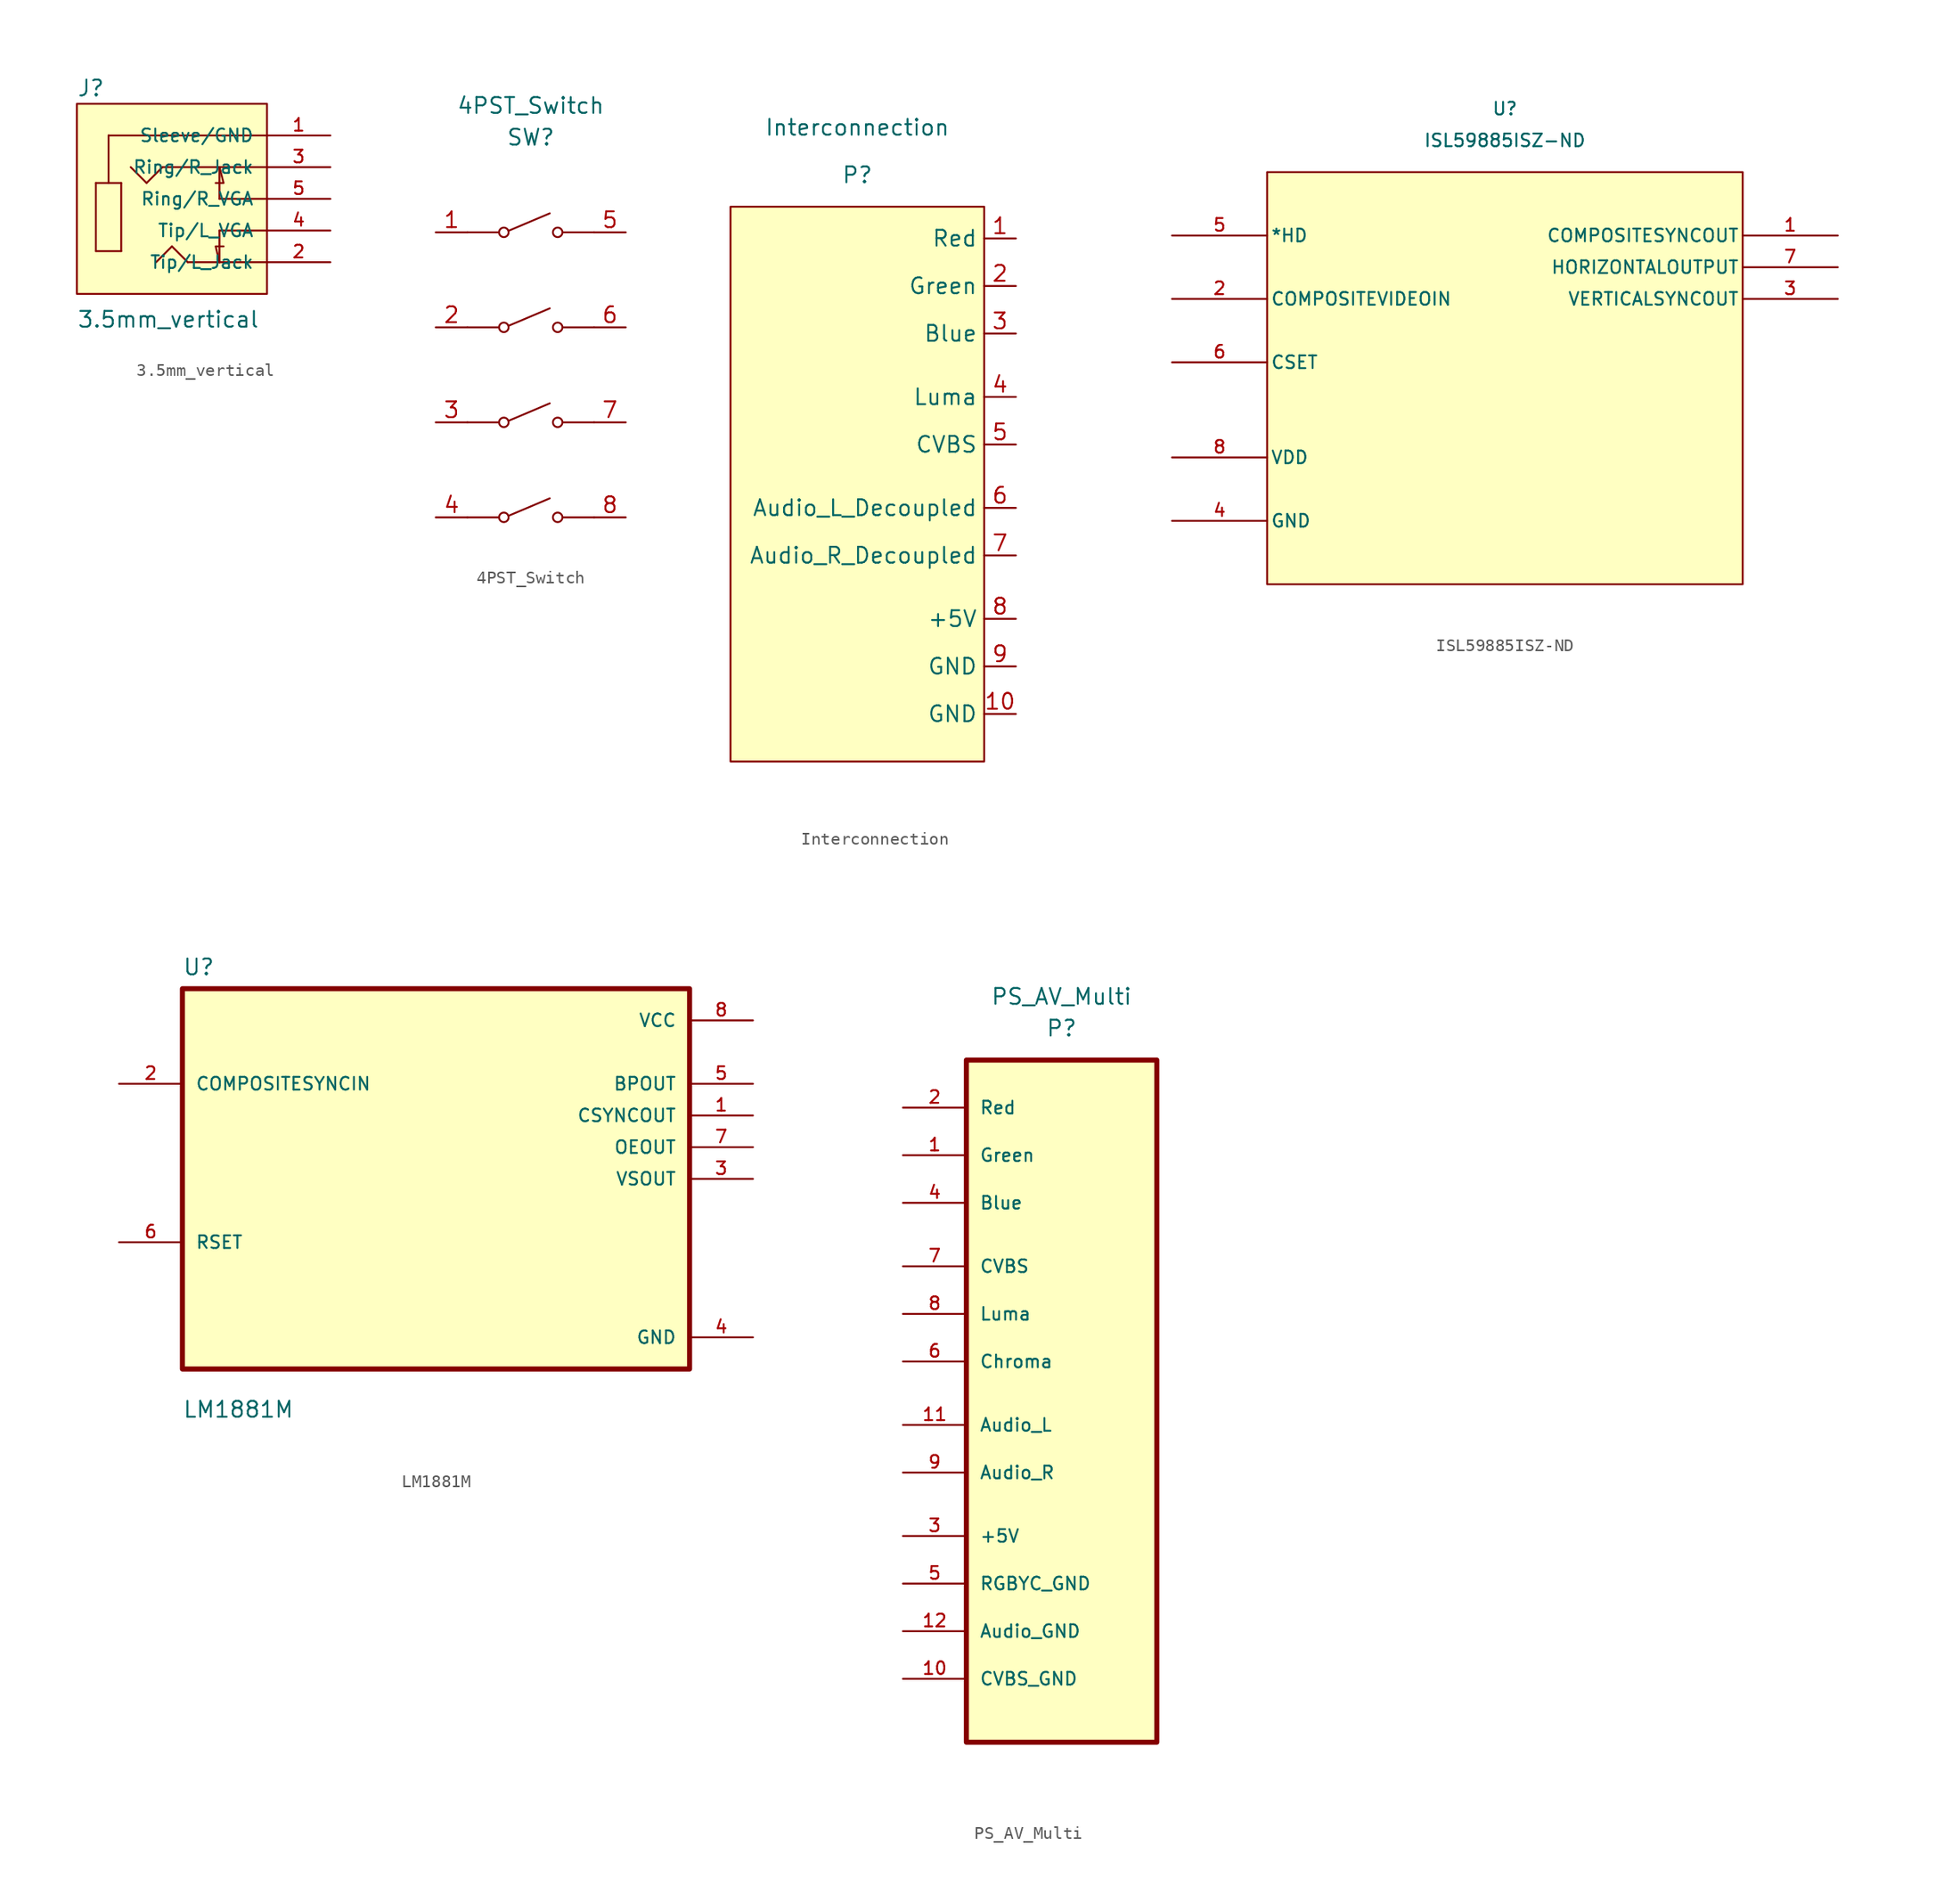
<source format=kicad_sym>
(kicad_symbol_lib
  (version 20211014)
  (generator kicad_symbol_editor)
  (symbol "3.5mm_vertical"
    (pin_names
      (offset 1.016))
    (property "Reference" "J"
      (at -7.62 8.128 0)
      (effects (font (size 1.27 1.27)) (justify left bottom)))
    (property "Value" "3.5mm_vertical"
      (at -7.62 -10.414 0)
      (effects (font (size 1.27 1.27)) (justify left bottom)))
    (symbol "3.5mm_vertical_0_0"
      (polyline (pts (xy -6.096 -4.191) (xy -6.096 1.27)) (stroke (width 0.152) (type default) (color 0 0 0 0)) (fill (type none)))
      (polyline (pts (xy -6.096 1.27) (xy -5.08 1.27)) (stroke (width 0.152) (type default) (color 0 0 0 0)) (fill (type none)))
      (polyline (pts (xy -5.08 1.27) (xy -4.064 1.27)) (stroke (width 0.152) (type default) (color 0 0 0 0)) (fill (type none)))
      (polyline (pts (xy -5.08 5.08) (xy -5.08 1.27)) (stroke (width 0.152) (type default) (color 0 0 0 0)) (fill (type none)))
      (polyline (pts (xy -4.064 -4.191) (xy -6.096 -4.191)) (stroke (width 0.152) (type default) (color 0 0 0 0)) (fill (type none)))
      (polyline (pts (xy -4.064 1.27) (xy -4.064 -4.191)) (stroke (width 0.152) (type default) (color 0 0 0 0)) (fill (type none)))
      (polyline (pts (xy -2.032 1.27) (xy -3.302 2.54)) (stroke (width 0.152) (type default) (color 0 0 0 0)) (fill (type none)))
      (polyline (pts (xy -0.762 2.54) (xy -2.032 1.27)) (stroke (width 0.152) (type default) (color 0 0 0 0)) (fill (type none)))
      (polyline (pts (xy 0 -3.81) (xy -1.27 -5.08)) (stroke (width 0.152) (type default) (color 0 0 0 0)) (fill (type none)))
      (polyline (pts (xy 1.27 -5.08) (xy 0 -3.81)) (stroke (width 0.152) (type default) (color 0 0 0 0)) (fill (type none)))
      (polyline (pts (xy 3.81 -5.08) (xy 1.27 -5.08)) (stroke (width 0.152) (type default) (color 0 0 0 0)) (fill (type none)))
      (polyline (pts (xy 3.81 -5.08) (xy 3.81 -2.54)) (stroke (width 0.152) (type default) (color 0 0 0 0)) (fill (type none)))
      (polyline (pts (xy 3.81 0) (xy 3.81 2.54)) (stroke (width 0.152) (type default) (color 0 0 0 0)) (fill (type none)))
      (polyline (pts (xy 3.81 2.54) (xy -0.762 2.54)) (stroke (width 0.152) (type default) (color 0 0 0 0)) (fill (type none)))
      (polyline (pts (xy 7.62 -5.08) (xy 3.81 -5.08)) (stroke (width 0.152) (type default) (color 0 0 0 0)) (fill (type none)))
      (polyline (pts (xy 7.62 -2.54) (xy 3.81 -2.54)) (stroke (width 0.152) (type default) (color 0 0 0 0)) (fill (type none)))
      (polyline (pts (xy 7.62 0) (xy 3.81 0)) (stroke (width 0.152) (type default) (color 0 0 0 0)) (fill (type none)))
      (polyline (pts (xy 7.62 2.54) (xy 3.81 2.54)) (stroke (width 0.152) (type default) (color 0 0 0 0)) (fill (type none)))
      (polyline (pts (xy 7.62 5.08) (xy -5.08 5.08)) (stroke (width 0.152) (type default) (color 0 0 0 0)) (fill (type none)))
      (polyline (pts (xy 3.81 -5.08) (xy 3.505 -3.81) (xy 4.14 -3.81)) (stroke (width 0.152) (type default) (color 0 0 0 0)) (fill (type background)))
      (polyline (pts (xy 3.81 2.54) (xy 4.14 1.27) (xy 3.505 1.27)) (stroke (width 0.152) (type default) (color 0 0 0 0)) (fill (type background)))
      (pin passive line (at 12.7 5.08 180) (length 5.08) (name "Sleeve/GND" (effects (font (size 1.016 1.016)))) (number "1" (effects (font (size 1.016 1.016)))))
      (pin passive line (at 12.7 -5.08 180) (length 5.08) (name "Tip/L_Jack" (effects (font (size 1.016 1.016)))) (number "2" (effects (font (size 1.016 1.016)))))
      (pin passive line (at 12.7 2.54 180) (length 5.08) (name "Ring/R_Jack" (effects (font (size 1.016 1.016)))) (number "3" (effects (font (size 1.016 1.016)))))
      (pin passive line (at 12.7 -2.54 180) (length 5.08) (name "Tip/L_VGA" (effects (font (size 1.016 1.016)))) (number "4" (effects (font (size 1.016 1.016)))))
      (pin passive line (at 12.7 0 180) (length 5.08) (name "Ring/R_VGA" (effects (font (size 1.016 1.016)))) (number "5" (effects (font (size 1.016 1.016))))))
    (symbol "3.5mm_vertical_0_1"
      (rectangle (start -7.62 7.62) (end 7.62 -7.62) (stroke (width 0.152) (type default) (color 0 0 0 0)) (fill (type background)))))
  (symbol "4PST_Switch"
    (property "Reference" "SW"
      (at 0 1.27 0)
      (effects (font (size 1.27 1.27))))
    (property "Value" "4PST_Switch"
      (at 0 3.81 0)
      (effects (font (size 1.27 1.27))))
    (symbol "4PST_Switch_0_1"
      (circle (center -2.159 -29.21) (radius 0.381) (stroke (width 0.152) (type default) (color 0 0 0 0)) (fill (type none)))
      (circle (center -2.159 -21.59) (radius 0.381) (stroke (width 0.152) (type default) (color 0 0 0 0)) (fill (type none)))
      (circle (center -2.159 -13.97) (radius 0.381) (stroke (width 0.152) (type default) (color 0 0 0 0)) (fill (type none)))
      (circle (center -2.159 -6.35) (radius 0.381) (stroke (width 0.152) (type default) (color 0 0 0 0)) (fill (type none)))
      (polyline (pts (xy -5.08 -29.21) (xy -2.54 -29.21)) (stroke (width 0.152) (type default) (color 0 0 0 0)) (fill (type none)))
      (polyline (pts (xy -5.08 -21.59) (xy -2.54 -21.59)) (stroke (width 0.152) (type default) (color 0 0 0 0)) (fill (type none)))
      (polyline (pts (xy -5.08 -13.97) (xy -2.54 -13.97)) (stroke (width 0.152) (type default) (color 0 0 0 0)) (fill (type none)))
      (polyline (pts (xy -5.08 -6.35) (xy -2.54 -6.35)) (stroke (width 0.152) (type default) (color 0 0 0 0)) (fill (type none)))
      (polyline (pts (xy -1.778 -29.083) (xy 1.524 -27.686)) (stroke (width 0.152) (type default) (color 0 0 0 0)) (fill (type none)))
      (polyline (pts (xy -1.778 -21.463) (xy 1.524 -20.066)) (stroke (width 0.152) (type default) (color 0 0 0 0)) (fill (type none)))
      (polyline (pts (xy -1.778 -13.843) (xy 1.524 -12.446)) (stroke (width 0.152) (type default) (color 0 0 0 0)) (fill (type none)))
      (polyline (pts (xy -1.778 -6.223) (xy 1.524 -4.826)) (stroke (width 0.152) (type default) (color 0 0 0 0)) (fill (type none)))
      (polyline (pts (xy 5.08 -29.21) (xy 2.54 -29.21)) (stroke (width 0.152) (type default) (color 0 0 0 0)) (fill (type none)))
      (polyline (pts (xy 5.08 -21.59) (xy 2.54 -21.59)) (stroke (width 0.152) (type default) (color 0 0 0 0)) (fill (type none)))
      (polyline (pts (xy 5.08 -13.97) (xy 2.54 -13.97)) (stroke (width 0.152) (type default) (color 0 0 0 0)) (fill (type none)))
      (polyline (pts (xy 5.08 -6.35) (xy 2.54 -6.35)) (stroke (width 0.152) (type default) (color 0 0 0 0)) (fill (type none)))
      (circle (center 2.159 -29.21) (radius 0.381) (stroke (width 0.152) (type default) (color 0 0 0 0)) (fill (type none)))
      (circle (center 2.159 -21.59) (radius 0.381) (stroke (width 0.152) (type default) (color 0 0 0 0)) (fill (type none)))
      (circle (center 2.159 -13.97) (radius 0.381) (stroke (width 0.152) (type default) (color 0 0 0 0)) (fill (type none)))
      (circle (center 2.159 -6.35) (radius 0.381) (stroke (width 0.152) (type default) (color 0 0 0 0)) (fill (type none))))
    (symbol "4PST_Switch_1_1"
      (pin passive line (at -7.62 -6.35 0) (length 2.54) (name "" (effects (font (size 1.27 1.27)))) (number "1" (effects (font (size 1.27 1.27)))))
      (pin passive line (at -7.62 -13.97 0) (length 2.54) (name "" (effects (font (size 1.27 1.27)))) (number "2" (effects (font (size 1.27 1.27)))))
      (pin passive line (at -7.62 -21.59 0) (length 2.54) (name "" (effects (font (size 1.27 1.27)))) (number "3" (effects (font (size 1.27 1.27)))))
      (pin passive line (at -7.62 -29.21 0) (length 2.54) (name "" (effects (font (size 1.27 1.27)))) (number "4" (effects (font (size 1.27 1.27)))))
      (pin passive line (at 7.62 -6.35 180) (length 2.54) (name "" (effects (font (size 1.27 1.27)))) (number "5" (effects (font (size 1.27 1.27)))))
      (pin passive line (at 7.62 -13.97 180) (length 2.54) (name "" (effects (font (size 1.27 1.27)))) (number "6" (effects (font (size 1.27 1.27)))))
      (pin passive line (at 7.62 -21.59 180) (length 2.54) (name "" (effects (font (size 1.27 1.27)))) (number "7" (effects (font (size 1.27 1.27)))))
      (pin passive line (at 7.62 -29.21 180) (length 2.54) (name "" (effects (font (size 1.27 1.27)))) (number "8" (effects (font (size 1.27 1.27)))))))
  (symbol "Interconnection"
    (property "Reference" "P"
      (at 0 1.27 0)
      (effects (font (size 1.27 1.27))))
    (property "Value" "Interconnection"
      (at 0 5.08 0)
      (effects (font (size 1.27 1.27))))
    (symbol "Interconnection_0_1"
      (rectangle (start -10.16 -1.27) (end 10.16 -45.72) (stroke (width 0.152) (type default) (color 0 0 0 0)) (fill (type background))))
    (symbol "Interconnection_1_1"
      (pin passive line (at 12.7 -3.81 180) (length 2.54) (name "Red" (effects (font (size 1.27 1.27)))) (number "1" (effects (font (size 1.27 1.27)))))
      (pin power_out line (at 12.7 -41.91 180) (length 2.54) (name "GND" (effects (font (size 1.27 1.27)))) (number "10" (effects (font (size 1.27 1.27)))))
      (pin passive line (at 12.7 -7.62 180) (length 2.54) (name "Green" (effects (font (size 1.27 1.27)))) (number "2" (effects (font (size 1.27 1.27)))))
      (pin passive line (at 12.7 -11.43 180) (length 2.54) (name "Blue" (effects (font (size 1.27 1.27)))) (number "3" (effects (font (size 1.27 1.27)))))
      (pin passive line (at 12.7 -16.51 180) (length 2.54) (name "Luma" (effects (font (size 1.27 1.27)))) (number "4" (effects (font (size 1.27 1.27)))))
      (pin passive line (at 12.7 -20.32 180) (length 2.54) (name "CVBS" (effects (font (size 1.27 1.27)))) (number "5" (effects (font (size 1.27 1.27)))))
      (pin passive line (at 12.7 -25.4 180) (length 2.54) (name "Audio_L_Decoupled" (effects (font (size 1.27 1.27)))) (number "6" (effects (font (size 1.27 1.27)))))
      (pin passive line (at 12.7 -29.21 180) (length 2.54) (name "Audio_R_Decoupled" (effects (font (size 1.27 1.27)))) (number "7" (effects (font (size 1.27 1.27)))))
      (pin power_out line (at 12.7 -34.29 180) (length 2.54) (name "+5V" (effects (font (size 1.27 1.27)))) (number "8" (effects (font (size 1.27 1.27)))))
      (pin power_out line (at 12.7 -38.1 180) (length 2.54) (name "GND" (effects (font (size 1.27 1.27)))) (number "9" (effects (font (size 1.27 1.27)))))))
  (symbol "ISL59885ISZ-ND"
    (pin_names
      (offset 0.254))
    (property "Reference" "U"
      (at 26.67 10.16 0)
      (effects (font (size 1.016 1.016))))
    (property "Value" "ISL59885ISZ-ND"
      (at 26.67 7.62 0)
      (effects (font (size 1.016 1.016))))
    (property "Datasheet" ""
      (at 0 0 0)
      (effects (font (size 1.524 1.524))))
    (property "ki_locked" ""
      (at 0 0 0)
      (effects (font (size 1.27 1.27))))
    (symbol "ISL59885ISZ-ND_1_1"
      (rectangle (start 7.62 5.08) (end 45.72 -27.94) (stroke (width 0.152) (type default) (color 0 0 0 0)) (fill (type background)))
      (pin output line (at 53.34 0 180) (length 7.62) (name "COMPOSITESYNCOUT" (effects (font (size 1.016 1.016)))) (number "1" (effects (font (size 1.016 1.016)))))
      (pin input line (at 0 -5.08 0) (length 7.62) (name "COMPOSITEVIDEOIN" (effects (font (size 1.016 1.016)))) (number "2" (effects (font (size 1.016 1.016)))))
      (pin output line (at 53.34 -5.08 180) (length 7.62) (name "VERTICALSYNCOUT" (effects (font (size 1.016 1.016)))) (number "3" (effects (font (size 1.016 1.016)))))
      (pin power_in line (at 0 -22.86 0) (length 7.62) (name "GND" (effects (font (size 1.016 1.016)))) (number "4" (effects (font (size 1.016 1.016)))))
      (pin input line (at 0 0 0) (length 7.62) (name "*HD" (effects (font (size 1.016 1.016)))) (number "5" (effects (font (size 1.016 1.016)))))
      (pin unspecified line (at 0 -10.16 0) (length 7.62) (name "CSET" (effects (font (size 1.016 1.016)))) (number "6" (effects (font (size 1.016 1.016)))))
      (pin output line (at 53.34 -2.54 180) (length 7.62) (name "HORIZONTALOUTPUT" (effects (font (size 1.016 1.016)))) (number "7" (effects (font (size 1.016 1.016)))))
      (pin power_in line (at 0 -17.78 0) (length 7.62) (name "VDD" (effects (font (size 1.016 1.016)))) (number "8" (effects (font (size 1.016 1.016)))))))
  (symbol "LM1881M"
    (pin_names
      (offset 1.016))
    (property "Reference" "U"
      (at -20.32 16.231 0)
      (effects (font (size 1.27 1.27)) (justify left bottom)))
    (property "Value" "LM1881M"
      (at -20.32 -19.228 0)
      (effects (font (size 1.27 1.27)) (justify left bottom)))
    (symbol "LM1881M_0_0"
      (rectangle (start -20.32 -15.24) (end 20.32 15.24) (stroke (width 0.406) (type default) (color 0 0 0 0)) (fill (type background)))
      (pin output line (at 25.4 5.08 180) (length 5.08) (name "CSYNCOUT" (effects (font (size 1.016 1.016)))) (number "1" (effects (font (size 1.016 1.016)))))
      (pin input line (at -25.4 7.62 0) (length 5.08) (name "COMPOSITESYNCIN" (effects (font (size 1.016 1.016)))) (number "2" (effects (font (size 1.016 1.016)))))
      (pin output line (at 25.4 0 180) (length 5.08) (name "VSOUT" (effects (font (size 1.016 1.016)))) (number "3" (effects (font (size 1.016 1.016)))))
      (pin power_in line (at 25.4 -12.7 180) (length 5.08) (name "GND" (effects (font (size 1.016 1.016)))) (number "4" (effects (font (size 1.016 1.016)))))
      (pin output line (at 25.4 7.62 180) (length 5.08) (name "BPOUT" (effects (font (size 1.016 1.016)))) (number "5" (effects (font (size 1.016 1.016)))))
      (pin bidirectional line (at -25.4 -5.08 0) (length 5.08) (name "RSET" (effects (font (size 1.016 1.016)))) (number "6" (effects (font (size 1.016 1.016)))))
      (pin output line (at 25.4 2.54 180) (length 5.08) (name "OEOUT" (effects (font (size 1.016 1.016)))) (number "7" (effects (font (size 1.016 1.016)))))
      (pin power_in line (at 25.4 12.7 180) (length 5.08) (name "VCC" (effects (font (size 1.016 1.016)))) (number "8" (effects (font (size 1.016 1.016)))))))
  (symbol "PS_AV_Multi"
    (pin_names
      (offset 1.016))
    (property "Reference" "P"
      (at 0 2.54 0)
      (effects (font (size 1.27 1.27))))
    (property "Value" "PS_AV_Multi"
      (at 0 5.08 0)
      (effects (font (size 1.27 1.27))))
    (symbol "PS_AV_Multi_0_0"
      (pin output line (at -12.7 -7.62 0) (length 5.08) (name "Green" (effects (font (size 1.016 1.016)))) (number "1" (effects (font (size 1.016 1.016)))))
      (pin power_out line (at -12.7 -49.53 0) (length 5.08) (name "CVBS_GND" (effects (font (size 1.016 1.016)))) (number "10" (effects (font (size 1.016 1.016)))))
      (pin output line (at -12.7 -29.21 0) (length 5.08) (name "Audio_L" (effects (font (size 1.016 1.016)))) (number "11" (effects (font (size 1.016 1.016)))))
      (pin power_out line (at -12.7 -45.72 0) (length 5.08) (name "Audio_GND" (effects (font (size 1.016 1.016)))) (number "12" (effects (font (size 1.016 1.016)))))
      (pin output line (at -12.7 -3.81 0) (length 5.08) (name "Red" (effects (font (size 1.016 1.016)))) (number "2" (effects (font (size 1.016 1.016)))))
      (pin power_out line (at -12.7 -38.1 0) (length 5.08) (name "+5V" (effects (font (size 1.016 1.016)))) (number "3" (effects (font (size 1.016 1.016)))))
      (pin output line (at -12.7 -11.43 0) (length 5.08) (name "Blue" (effects (font (size 1.016 1.016)))) (number "4" (effects (font (size 1.016 1.016)))))
      (pin power_out line (at -12.7 -41.91 0) (length 5.08) (name "RGBYC_GND" (effects (font (size 1.016 1.016)))) (number "5" (effects (font (size 1.016 1.016)))))
      (pin output line (at -12.7 -24.13 0) (length 5.08) (name "Chroma" (effects (font (size 1.016 1.016)))) (number "6" (effects (font (size 1.016 1.016)))))
      (pin output line (at -12.7 -16.51 0) (length 5.08) (name "CVBS" (effects (font (size 1.016 1.016)))) (number "7" (effects (font (size 1.016 1.016)))))
      (pin output line (at -12.7 -20.32 0) (length 5.08) (name "Luma" (effects (font (size 1.016 1.016)))) (number "8" (effects (font (size 1.016 1.016)))))
      (pin output line (at -12.7 -33.02 0) (length 5.08) (name "Audio_R" (effects (font (size 1.016 1.016)))) (number "9" (effects (font (size 1.016 1.016))))))
    (symbol "PS_AV_Multi_0_1"
      (rectangle (start -7.62 0) (end 7.62 -54.61) (stroke (width 0.406) (type default) (color 0 0 0 0)) (fill (type background))))))
</source>
